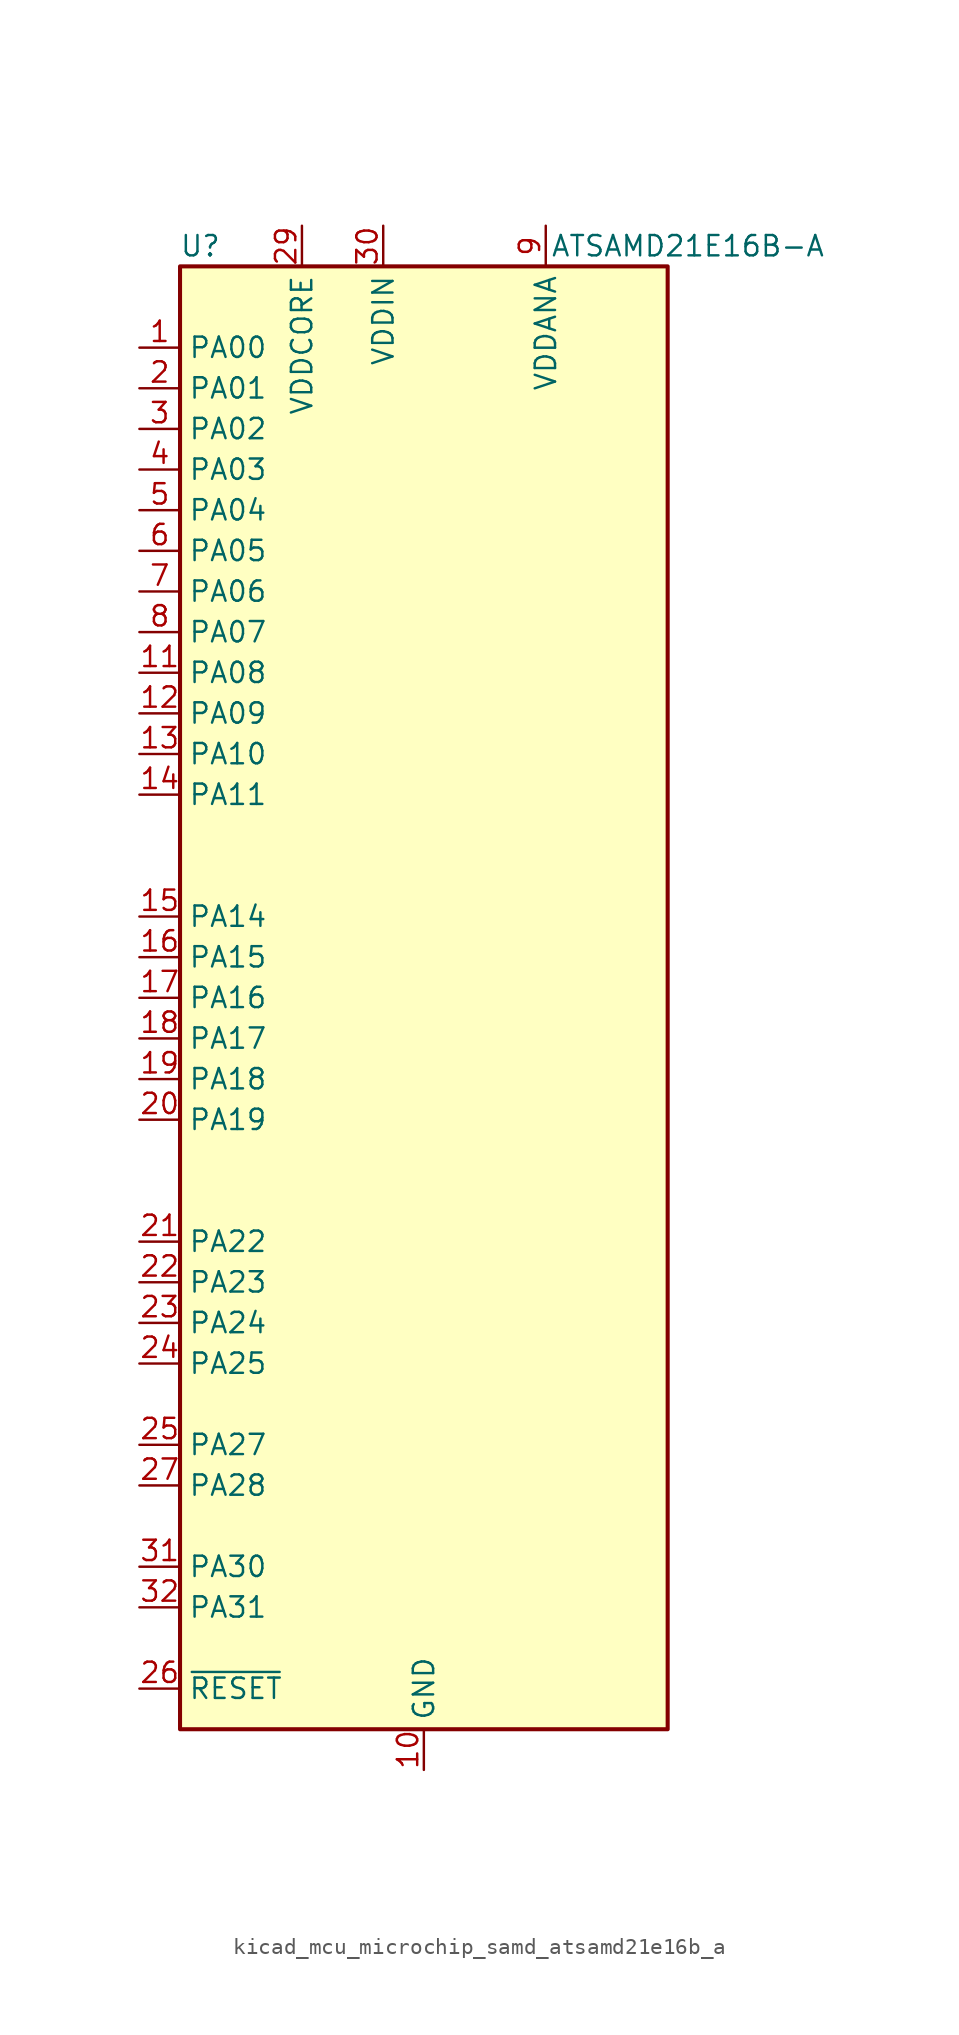
<source format=kicad_sym>
(kicad_symbol_lib
  (version 20220914)
  (generator kicad_symbol_editor)
  (symbol "kicad_mcu_microchip_samd_atsamd21e16b_a"
    (property "Reference" "U"
      (at -13.97 46.99 0)
      (effects (font (size 1.27 1.27))))
    (property "Value" "ATSAMD21E16B-A"
      (at 16.51 46.99 0)
      (effects (font (size 1.27 1.27))))
    (symbol "kicad_mcu_microchip_samd_atsamd21e16b_a_1_1"
      (rectangle (start -15.24 45.72) (end 15.24 -45.72) (stroke (width 0.254) (type default)) (fill (type background)))
      (pin bidirectional line (at -17.78 40.64 0) (length 2.54) (name "PA00" (effects (font (size 1.27 1.27)))) (number "1" (effects (font (size 1.27 1.27)))))
      (pin power_in line (at 0 -48.26 90) (length 2.54) (name "GND" (effects (font (size 1.27 1.27)))) (number "10" (effects (font (size 1.27 1.27)))))
      (pin bidirectional line (at -17.78 20.32 0) (length 2.54) (name "PA08" (effects (font (size 1.27 1.27)))) (number "11" (effects (font (size 1.27 1.27)))))
      (pin bidirectional line (at -17.78 17.78 0) (length 2.54) (name "PA09" (effects (font (size 1.27 1.27)))) (number "12" (effects (font (size 1.27 1.27)))))
      (pin bidirectional line (at -17.78 15.24 0) (length 2.54) (name "PA10" (effects (font (size 1.27 1.27)))) (number "13" (effects (font (size 1.27 1.27)))))
      (pin bidirectional line (at -17.78 12.7 0) (length 2.54) (name "PA11" (effects (font (size 1.27 1.27)))) (number "14" (effects (font (size 1.27 1.27)))))
      (pin bidirectional line (at -17.78 5.08 0) (length 2.54) (name "PA14" (effects (font (size 1.27 1.27)))) (number "15" (effects (font (size 1.27 1.27)))))
      (pin bidirectional line (at -17.78 2.54 0) (length 2.54) (name "PA15" (effects (font (size 1.27 1.27)))) (number "16" (effects (font (size 1.27 1.27)))))
      (pin bidirectional line (at -17.78 0 0) (length 2.54) (name "PA16" (effects (font (size 1.27 1.27)))) (number "17" (effects (font (size 1.27 1.27)))))
      (pin bidirectional line (at -17.78 -2.54 0) (length 2.54) (name "PA17" (effects (font (size 1.27 1.27)))) (number "18" (effects (font (size 1.27 1.27)))))
      (pin bidirectional line (at -17.78 -5.08 0) (length 2.54) (name "PA18" (effects (font (size 1.27 1.27)))) (number "19" (effects (font (size 1.27 1.27)))))
      (pin bidirectional line (at -17.78 38.1 0) (length 2.54) (name "PA01" (effects (font (size 1.27 1.27)))) (number "2" (effects (font (size 1.27 1.27)))))
      (pin bidirectional line (at -17.78 -7.62 0) (length 2.54) (name "PA19" (effects (font (size 1.27 1.27)))) (number "20" (effects (font (size 1.27 1.27)))))
      (pin bidirectional line (at -17.78 -15.24 0) (length 2.54) (name "PA22" (effects (font (size 1.27 1.27)))) (number "21" (effects (font (size 1.27 1.27)))))
      (pin bidirectional line (at -17.78 -17.78 0) (length 2.54) (name "PA23" (effects (font (size 1.27 1.27)))) (number "22" (effects (font (size 1.27 1.27)))))
      (pin bidirectional line (at -17.78 -20.32 0) (length 2.54) (name "PA24" (effects (font (size 1.27 1.27)))) (number "23" (effects (font (size 1.27 1.27)))))
      (pin bidirectional line (at -17.78 -22.86 0) (length 2.54) (name "PA25" (effects (font (size 1.27 1.27)))) (number "24" (effects (font (size 1.27 1.27)))))
      (pin bidirectional line (at -17.78 -27.94 0) (length 2.54) (name "PA27" (effects (font (size 1.27 1.27)))) (number "25" (effects (font (size 1.27 1.27)))))
      (pin input line (at -17.78 -43.18 0) (length 2.54) (name "~{RESET}" (effects (font (size 1.27 1.27)))) (number "26" (effects (font (size 1.27 1.27)))))
      (pin bidirectional line (at -17.78 -30.48 0) (length 2.54) (name "PA28" (effects (font (size 1.27 1.27)))) (number "27" (effects (font (size 1.27 1.27)))))
      (pin passive line (at 0 -48.26 90) (length 2.54) hide (name "GND" (effects (font (size 1.27 1.27)))) (number "28" (effects (font (size 1.27 1.27)))))
      (pin power_out line (at -7.62 48.26 270) (length 2.54) (name "VDDCORE" (effects (font (size 1.27 1.27)))) (number "29" (effects (font (size 1.27 1.27)))))
      (pin bidirectional line (at -17.78 35.56 0) (length 2.54) (name "PA02" (effects (font (size 1.27 1.27)))) (number "3" (effects (font (size 1.27 1.27)))))
      (pin power_in line (at -2.54 48.26 270) (length 2.54) (name "VDDIN" (effects (font (size 1.27 1.27)))) (number "30" (effects (font (size 1.27 1.27)))))
      (pin bidirectional line (at -17.78 -35.56 0) (length 2.54) (name "PA30" (effects (font (size 1.27 1.27)))) (number "31" (effects (font (size 1.27 1.27)))))
      (pin bidirectional line (at -17.78 -38.1 0) (length 2.54) (name "PA31" (effects (font (size 1.27 1.27)))) (number "32" (effects (font (size 1.27 1.27)))))
      (pin bidirectional line (at -17.78 33.02 0) (length 2.54) (name "PA03" (effects (font (size 1.27 1.27)))) (number "4" (effects (font (size 1.27 1.27)))))
      (pin bidirectional line (at -17.78 30.48 0) (length 2.54) (name "PA04" (effects (font (size 1.27 1.27)))) (number "5" (effects (font (size 1.27 1.27)))))
      (pin bidirectional line (at -17.78 27.94 0) (length 2.54) (name "PA05" (effects (font (size 1.27 1.27)))) (number "6" (effects (font (size 1.27 1.27)))))
      (pin bidirectional line (at -17.78 25.4 0) (length 2.54) (name "PA06" (effects (font (size 1.27 1.27)))) (number "7" (effects (font (size 1.27 1.27)))))
      (pin bidirectional line (at -17.78 22.86 0) (length 2.54) (name "PA07" (effects (font (size 1.27 1.27)))) (number "8" (effects (font (size 1.27 1.27)))))
      (pin power_in line (at 7.62 48.26 270) (length 2.54) (name "VDDANA" (effects (font (size 1.27 1.27)))) (number "9" (effects (font (size 1.27 1.27))))))))
</source>
